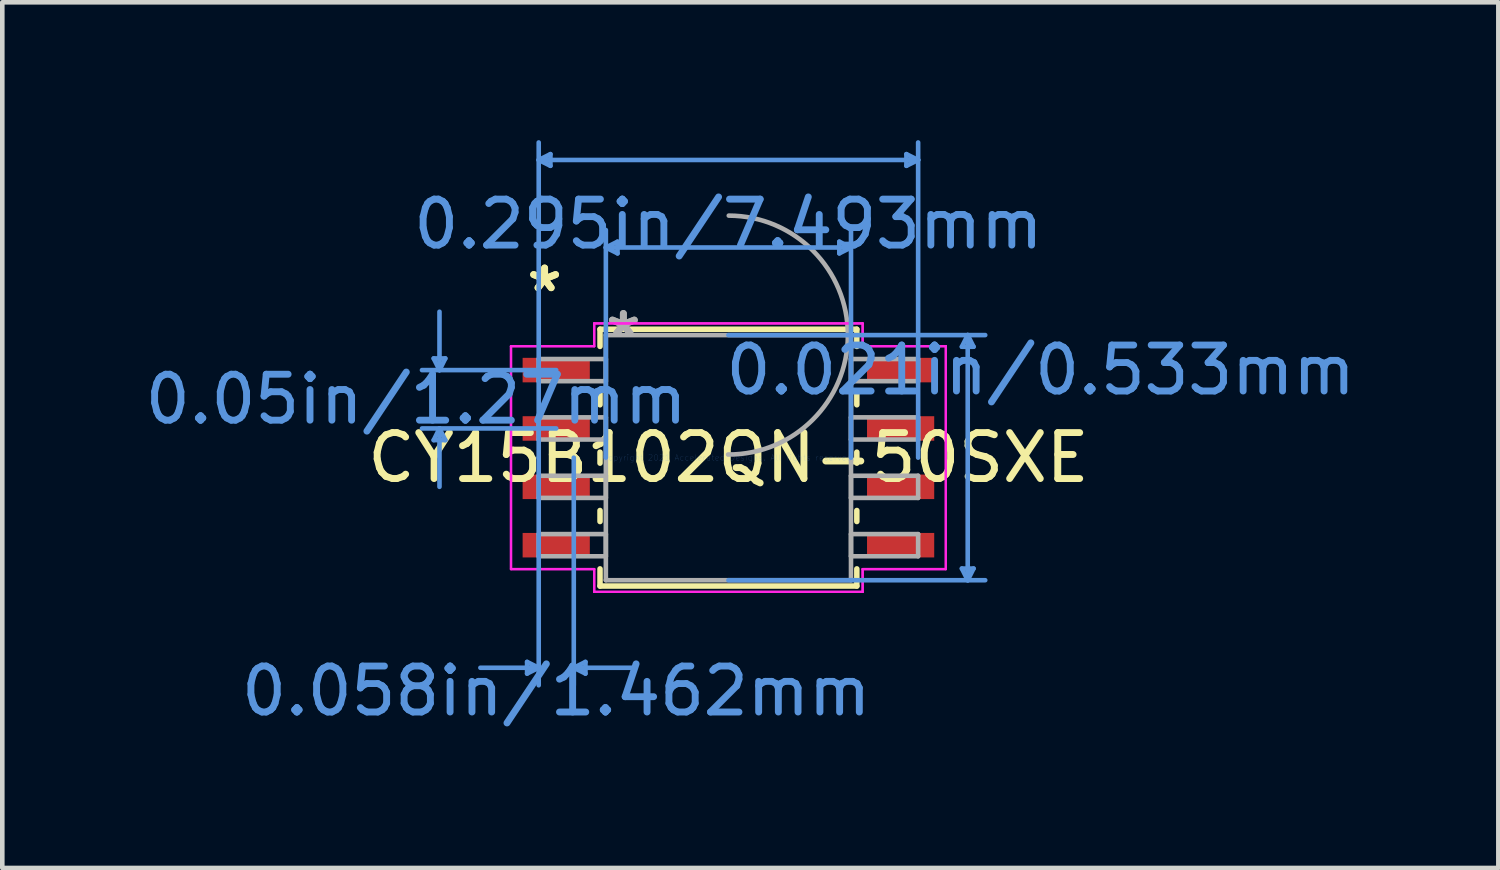
<source format=kicad_pcb>
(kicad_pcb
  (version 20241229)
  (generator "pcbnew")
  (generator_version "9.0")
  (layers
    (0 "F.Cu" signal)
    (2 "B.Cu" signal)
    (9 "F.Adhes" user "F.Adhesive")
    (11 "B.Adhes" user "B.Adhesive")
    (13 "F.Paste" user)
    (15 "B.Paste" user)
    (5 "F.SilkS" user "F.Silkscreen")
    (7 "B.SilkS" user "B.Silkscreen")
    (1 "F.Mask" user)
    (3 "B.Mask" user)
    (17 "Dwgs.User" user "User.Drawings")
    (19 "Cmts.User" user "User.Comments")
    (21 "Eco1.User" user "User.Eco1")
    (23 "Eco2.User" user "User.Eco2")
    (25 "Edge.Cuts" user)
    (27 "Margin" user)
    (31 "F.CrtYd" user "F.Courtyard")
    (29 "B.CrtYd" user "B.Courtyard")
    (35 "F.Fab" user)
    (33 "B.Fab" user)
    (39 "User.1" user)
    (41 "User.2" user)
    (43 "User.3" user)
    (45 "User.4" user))
  (footprint "CY15B102QN-50SXE"
    (layer "F.Cu")
    (at 12.8 6.908)
    (property "Reference" "CY15B102QN-50SXE" (at 0 0 0) (layer "F.SilkS") (effects (font (size 1 1) (thickness 0.15))))
    (attr through_hole)
    (fp_line (start -2.794 -2.794) (end -2.794 -2.42) (stroke (width 0.12) (type solid)) (layer "F.SilkS"))
    (fp_line (start -2.794 -1.39) (end -2.794 -1.15) (stroke (width 0.12) (type solid)) (layer "F.SilkS"))
    (fp_line (start -2.794 -0.12) (end -2.794 0.12) (stroke (width 0.12) (type solid)) (layer "F.SilkS"))
    (fp_line (start -2.794 1.15) (end -2.794 1.39) (stroke (width 0.12) (type solid)) (layer "F.SilkS"))
    (fp_line (start -2.794 2.42) (end -2.794 2.794) (stroke (width 0.12) (type solid)) (layer "F.SilkS"))
    (fp_line (start -2.794 2.794) (end 2.794 2.794) (stroke (width 0.12) (type solid)) (layer "F.SilkS"))
    (fp_line (start 2.794 -2.794) (end -2.794 -2.794) (stroke (width 0.12) (type solid)) (layer "F.SilkS"))
    (fp_line (start 2.794 -2.42) (end 2.794 -2.794) (stroke (width 0.12) (type solid)) (layer "F.SilkS"))
    (fp_line (start 2.794 -1.15) (end 2.794 -1.39) (stroke (width 0.12) (type solid)) (layer "F.SilkS"))
    (fp_line (start 2.794 0.12) (end 2.794 -0.12) (stroke (width 0.12) (type solid)) (layer "F.SilkS"))
    (fp_line (start 2.794 1.39) (end 2.794 1.15) (stroke (width 0.12) (type solid)) (layer "F.SilkS"))
    (fp_line (start 2.794 2.794) (end 2.794 2.42) (stroke (width 0.12) (type solid)) (layer "F.SilkS"))
    (fp_line (start -6.413 -2.159) (end -6.16 -2.159) (stroke (width 0.1) (type solid)) (layer "Cmts.User"))
    (fp_line (start -6.413 -0.381) (end -6.16 -0.381) (stroke (width 0.1) (type solid)) (layer "Cmts.User"))
    (fp_line (start -6.287 -1.905) (end -6.413 -2.159) (stroke (width 0.1) (type solid)) (layer "Cmts.User"))
    (fp_line (start -6.287 -1.905) (end -6.287 -3.175) (stroke (width 0.1) (type solid)) (layer "Cmts.User"))
    (fp_line (start -6.287 -1.905) (end -6.16 -2.159) (stroke (width 0.1) (type solid)) (layer "Cmts.User"))
    (fp_line (start -6.287 -0.635) (end -6.413 -0.381) (stroke (width 0.1) (type solid)) (layer "Cmts.User"))
    (fp_line (start -6.287 -0.635) (end -6.287 0.635) (stroke (width 0.1) (type solid)) (layer "Cmts.User"))
    (fp_line (start -6.287 -0.635) (end -6.16 -0.381) (stroke (width 0.1) (type solid)) (layer "Cmts.User"))
    (fp_line (start -4.381 4.445) (end -4.381 4.699) (stroke (width 0.1) (type solid)) (layer "Cmts.User"))
    (fp_line (start -4.128 -6.477) (end -3.873 -6.604) (stroke (width 0.1) (type solid)) (layer "Cmts.User"))
    (fp_line (start -4.128 -6.477) (end -3.873 -6.35) (stroke (width 0.1) (type solid)) (layer "Cmts.User"))
    (fp_line (start -4.128 -6.477) (end 4.128 -6.477) (stroke (width 0.1) (type solid)) (layer "Cmts.User"))
    (fp_line (start -4.128 0) (end -4.128 -6.858) (stroke (width 0.1) (type solid)) (layer "Cmts.User"))
    (fp_line (start -4.128 0) (end -4.128 4.953) (stroke (width 0.1) (type solid)) (layer "Cmts.User"))
    (fp_line (start -4.128 4.572) (end -5.397 4.572) (stroke (width 0.1) (type solid)) (layer "Cmts.User"))
    (fp_line (start -4.128 4.572) (end -4.381 4.445) (stroke (width 0.1) (type solid)) (layer "Cmts.User"))
    (fp_line (start -4.128 4.572) (end -4.381 4.699) (stroke (width 0.1) (type solid)) (layer "Cmts.User"))
    (fp_line (start -3.873 -6.604) (end -3.873 -6.35) (stroke (width 0.1) (type solid)) (layer "Cmts.User"))
    (fp_line (start -3.747 -1.905) (end -6.668 -1.905) (stroke (width 0.1) (type solid)) (layer "Cmts.User"))
    (fp_line (start -3.747 -0.635) (end -6.668 -0.635) (stroke (width 0.1) (type solid)) (layer "Cmts.User"))
    (fp_line (start -3.365 0) (end -3.365 4.953) (stroke (width 0.1) (type solid)) (layer "Cmts.User"))
    (fp_line (start -3.365 4.572) (end -3.111 4.445) (stroke (width 0.1) (type solid)) (layer "Cmts.User"))
    (fp_line (start -3.365 4.572) (end -3.111 4.699) (stroke (width 0.1) (type solid)) (layer "Cmts.User"))
    (fp_line (start -3.365 4.572) (end -2.095 4.572) (stroke (width 0.1) (type solid)) (layer "Cmts.User"))
    (fp_line (start -3.111 4.445) (end -3.111 4.699) (stroke (width 0.1) (type solid)) (layer "Cmts.User"))
    (fp_line (start -2.667 -4.572) (end -2.413 -4.699) (stroke (width 0.1) (type solid)) (layer "Cmts.User"))
    (fp_line (start -2.667 -4.572) (end -2.413 -4.445) (stroke (width 0.1) (type solid)) (layer "Cmts.User"))
    (fp_line (start -2.667 -4.572) (end 2.667 -4.572) (stroke (width 0.1) (type solid)) (layer "Cmts.User"))
    (fp_line (start -2.667 0) (end -2.667 -4.953) (stroke (width 0.1) (type solid)) (layer "Cmts.User"))
    (fp_line (start -2.413 -4.699) (end -2.413 -4.445) (stroke (width 0.1) (type solid)) (layer "Cmts.User"))
    (fp_line (start 0 -2.667) (end 5.588 -2.667) (stroke (width 0.1) (type solid)) (layer "Cmts.User"))
    (fp_line (start 0 2.667) (end 5.588 2.667) (stroke (width 0.1) (type solid)) (layer "Cmts.User"))
    (fp_line (start 2.413 -4.699) (end 2.413 -4.445) (stroke (width 0.1) (type solid)) (layer "Cmts.User"))
    (fp_line (start 2.667 -4.572) (end 2.413 -4.699) (stroke (width 0.1) (type solid)) (layer "Cmts.User"))
    (fp_line (start 2.667 -4.572) (end 2.413 -4.445) (stroke (width 0.1) (type solid)) (layer "Cmts.User"))
    (fp_line (start 2.667 0) (end 2.667 -4.953) (stroke (width 0.1) (type solid)) (layer "Cmts.User"))
    (fp_line (start 3.873 -6.604) (end 3.873 -6.35) (stroke (width 0.1) (type solid)) (layer "Cmts.User"))
    (fp_line (start 4.128 -6.477) (end 3.873 -6.604) (stroke (width 0.1) (type solid)) (layer "Cmts.User"))
    (fp_line (start 4.128 -6.477) (end 3.873 -6.35) (stroke (width 0.1) (type solid)) (layer "Cmts.User"))
    (fp_line (start 4.128 0) (end 4.128 -6.858) (stroke (width 0.1) (type solid)) (layer "Cmts.User"))
    (fp_line (start 5.08 -2.413) (end 5.334 -2.413) (stroke (width 0.1) (type solid)) (layer "Cmts.User"))
    (fp_line (start 5.08 2.413) (end 5.334 2.413) (stroke (width 0.1) (type solid)) (layer "Cmts.User"))
    (fp_line (start 5.207 -2.667) (end 5.08 -2.413) (stroke (width 0.1) (type solid)) (layer "Cmts.User"))
    (fp_line (start 5.207 -2.667) (end 5.207 2.667) (stroke (width 0.1) (type solid)) (layer "Cmts.User"))
    (fp_line (start 5.207 -2.667) (end 5.334 -2.413) (stroke (width 0.1) (type solid)) (layer "Cmts.User"))
    (fp_line (start 5.207 2.667) (end 5.08 2.413) (stroke (width 0.1) (type solid)) (layer "Cmts.User"))
    (fp_line (start 5.207 2.667) (end 5.334 2.413) (stroke (width 0.1) (type solid)) (layer "Cmts.User"))
    (fp_line (start -4.731 -2.425) (end -2.921 -2.425) (stroke (width 0.05) (type solid)) (layer "F.CrtYd"))
    (fp_line (start -4.731 -2.425) (end -2.921 -2.425) (stroke (width 0.05) (type solid)) (layer "F.CrtYd"))
    (fp_line (start -4.731 2.425) (end -4.731 -2.425) (stroke (width 0.05) (type solid)) (layer "F.CrtYd"))
    (fp_line (start -4.731 2.425) (end -4.731 -2.425) (stroke (width 0.05) (type solid)) (layer "F.CrtYd"))
    (fp_line (start -4.731 2.425) (end -2.921 2.425) (stroke (width 0.05) (type solid)) (layer "F.CrtYd"))
    (fp_line (start -2.921 -2.921) (end 2.921 -2.921) (stroke (width 0.05) (type solid)) (layer "F.CrtYd"))
    (fp_line (start -2.921 -2.921) (end 2.921 -2.921) (stroke (width 0.05) (type solid)) (layer "F.CrtYd"))
    (fp_line (start -2.921 -2.425) (end -2.921 -2.921) (stroke (width 0.05) (type solid)) (layer "F.CrtYd"))
    (fp_line (start -2.921 -2.425) (end -2.921 -2.921) (stroke (width 0.05) (type solid)) (layer "F.CrtYd"))
    (fp_line (start -2.921 2.425) (end -4.731 2.425) (stroke (width 0.05) (type solid)) (layer "F.CrtYd"))
    (fp_line (start -2.921 2.921) (end -2.921 2.425) (stroke (width 0.05) (type solid)) (layer "F.CrtYd"))
    (fp_line (start -2.921 2.921) (end -2.921 2.425) (stroke (width 0.05) (type solid)) (layer "F.CrtYd"))
    (fp_line (start 2.921 -2.921) (end 2.921 -2.425) (stroke (width 0.05) (type solid)) (layer "F.CrtYd"))
    (fp_line (start 2.921 -2.921) (end 2.921 -2.425) (stroke (width 0.05) (type solid)) (layer "F.CrtYd"))
    (fp_line (start 2.921 -2.425) (end 4.731 -2.425) (stroke (width 0.05) (type solid)) (layer "F.CrtYd"))
    (fp_line (start 2.921 2.425) (end 2.921 2.921) (stroke (width 0.05) (type solid)) (layer "F.CrtYd"))
    (fp_line (start 2.921 2.425) (end 2.921 2.921) (stroke (width 0.05) (type solid)) (layer "F.CrtYd"))
    (fp_line (start 2.921 2.921) (end -2.921 2.921) (stroke (width 0.05) (type solid)) (layer "F.CrtYd"))
    (fp_line (start 2.921 2.921) (end -2.921 2.921) (stroke (width 0.05) (type solid)) (layer "F.CrtYd"))
    (fp_line (start 4.731 -2.425) (end 2.921 -2.425) (stroke (width 0.05) (type solid)) (layer "F.CrtYd"))
    (fp_line (start 4.731 -2.425) (end 4.731 2.425) (stroke (width 0.05) (type solid)) (layer "F.CrtYd"))
    (fp_line (start 4.731 -2.425) (end 4.731 2.425) (stroke (width 0.05) (type solid)) (layer "F.CrtYd"))
    (fp_line (start 4.731 2.425) (end 2.921 2.425) (stroke (width 0.05) (type solid)) (layer "F.CrtYd"))
    (fp_line (start 4.731 2.425) (end 2.921 2.425) (stroke (width 0.05) (type solid)) (layer "F.CrtYd"))
    (fp_line (start -4.128 -2.146) (end -4.128 -1.664) (stroke (width 0.1) (type solid)) (layer "F.Fab"))
    (fp_line (start -4.128 -1.664) (end -2.667 -1.664) (stroke (width 0.1) (type solid)) (layer "F.Fab"))
    (fp_line (start -4.128 -0.876) (end -4.128 -0.394) (stroke (width 0.1) (type solid)) (layer "F.Fab"))
    (fp_line (start -4.128 -0.394) (end -2.667 -0.394) (stroke (width 0.1) (type solid)) (layer "F.Fab"))
    (fp_line (start -4.128 0.394) (end -4.128 0.876) (stroke (width 0.1) (type solid)) (layer "F.Fab"))
    (fp_line (start -4.128 0.876) (end -2.667 0.876) (stroke (width 0.1) (type solid)) (layer "F.Fab"))
    (fp_line (start -4.128 1.664) (end -4.128 2.146) (stroke (width 0.1) (type solid)) (layer "F.Fab"))
    (fp_line (start -4.128 2.146) (end -2.667 2.146) (stroke (width 0.1) (type solid)) (layer "F.Fab"))
    (fp_line (start -2.667 -2.667) (end -2.667 2.667) (stroke (width 0.1) (type solid)) (layer "F.Fab"))
    (fp_line (start -2.667 -2.146) (end -4.128 -2.146) (stroke (width 0.1) (type solid)) (layer "F.Fab"))
    (fp_line (start -2.667 -1.664) (end -2.667 -2.146) (stroke (width 0.1) (type solid)) (layer "F.Fab"))
    (fp_line (start -2.667 -0.876) (end -4.128 -0.876) (stroke (width 0.1) (type solid)) (layer "F.Fab"))
    (fp_line (start -2.667 -0.394) (end -2.667 -0.876) (stroke (width 0.1) (type solid)) (layer "F.Fab"))
    (fp_line (start -2.667 0.394) (end -4.128 0.394) (stroke (width 0.1) (type solid)) (layer "F.Fab"))
    (fp_line (start -2.667 0.876) (end -2.667 0.394) (stroke (width 0.1) (type solid)) (layer "F.Fab"))
    (fp_line (start -2.667 1.664) (end -4.128 1.664) (stroke (width 0.1) (type solid)) (layer "F.Fab"))
    (fp_line (start -2.667 2.146) (end -2.667 1.664) (stroke (width 0.1) (type solid)) (layer "F.Fab"))
    (fp_line (start -2.667 2.667) (end 2.667 2.667) (stroke (width 0.1) (type solid)) (layer "F.Fab"))
    (fp_line (start 2.667 -2.667) (end -2.667 -2.667) (stroke (width 0.1) (type solid)) (layer "F.Fab"))
    (fp_line (start 2.667 -2.146) (end 2.667 -1.664) (stroke (width 0.1) (type solid)) (layer "F.Fab"))
    (fp_line (start 2.667 -1.664) (end 4.128 -1.664) (stroke (width 0.1) (type solid)) (layer "F.Fab"))
    (fp_line (start 2.667 -0.876) (end 2.667 -0.394) (stroke (width 0.1) (type solid)) (layer "F.Fab"))
    (fp_line (start 2.667 -0.394) (end 4.128 -0.394) (stroke (width 0.1) (type solid)) (layer "F.Fab"))
    (fp_line (start 2.667 0.394) (end 2.667 0.876) (stroke (width 0.1) (type solid)) (layer "F.Fab"))
    (fp_line (start 2.667 0.876) (end 4.128 0.876) (stroke (width 0.1) (type solid)) (layer "F.Fab"))
    (fp_line (start 2.667 1.664) (end 2.667 2.146) (stroke (width 0.1) (type solid)) (layer "F.Fab"))
    (fp_line (start 2.667 2.146) (end 4.128 2.146) (stroke (width 0.1) (type solid)) (layer "F.Fab"))
    (fp_line (start 2.667 2.667) (end 2.667 -2.667) (stroke (width 0.1) (type solid)) (layer "F.Fab"))
    (fp_line (start 4.128 -2.146) (end 2.667 -2.146) (stroke (width 0.1) (type solid)) (layer "F.Fab"))
    (fp_line (start 4.128 -1.664) (end 4.128 -2.146) (stroke (width 0.1) (type solid)) (layer "F.Fab"))
    (fp_line (start 4.128 -0.876) (end 2.667 -0.876) (stroke (width 0.1) (type solid)) (layer "F.Fab"))
    (fp_line (start 4.128 -0.394) (end 4.128 -0.876) (stroke (width 0.1) (type solid)) (layer "F.Fab"))
    (fp_line (start 4.128 0.394) (end 2.667 0.394) (stroke (width 0.1) (type solid)) (layer "F.Fab"))
    (fp_line (start 4.128 0.876) (end 4.128 0.394) (stroke (width 0.1) (type solid)) (layer "F.Fab"))
    (fp_line (start 4.128 1.664) (end 2.667 1.664) (stroke (width 0.1) (type solid)) (layer "F.Fab"))
    (fp_line (start 4.128 2.146) (end 4.128 1.664) (stroke (width 0.1) (type solid)) (layer "F.Fab"))
    (fp_arc (start 0.007742 -5.266258) (mid 2.599258 -2.659258) (end -0.007742 -0.067742) (stroke (width 0.1) (type solid)) (layer "F.Fab"))
    (fp_text user "*" (at -4 -3.581 0) (layer "F.SilkS") (effects (font (size 1 1) (thickness 0.15))))
    (fp_text user "*" (at -4 -3.581 0) (layer "F.SilkS") (effects (font (size 1 1) (thickness 0.15))))
    (fp_text user "0.05in/1.27mm" (at -6.795 -1.27 0) (layer "Cmts.User") (effects (font (size 1 1) (thickness 0.15))))
    (fp_text user "0.021in/0.533mm" (at 6.795 -1.905 0) (layer "Cmts.User") (effects (font (size 1 1) (thickness 0.15))))
    (fp_text user "0.058in/1.462mm" (at -3.747 5.08 0) (layer "Cmts.User") (effects (font (size 1 1) (thickness 0.15))))
    (fp_text user "Copyright 2021 Accelerated Designs. All rights reserved." (at 0 0 0) (layer "Cmts.User") (effects (font (size 0.127 0.127) (thickness 0.002))))
    (fp_text user "0.295in/7.493mm" (at 0 -5.08 0) (layer "Cmts.User") (effects (font (size 1 1) (thickness 0.15))))
    (fp_text user "*" (at -2.286 -2.591 0) (layer "F.Fab") (effects (font (size 1 1) (thickness 0.15))))
    (fp_text user "*" (at -2.286 -2.591 0) (layer "F.Fab") (effects (font (size 1 1) (thickness 0.15))))
    (pad "1" smd rect (at -3.747 -1.905) (size 1.462 0.533) (layers "F.Cu" "F.Mask" "F.Paste"))
    (pad "2" smd rect (at -3.747 -0.635) (size 1.462 0.533) (layers "F.Cu" "F.Mask" "F.Paste"))
    (pad "3" smd rect (at -3.747 0.635) (size 1.462 0.533) (layers "F.Cu" "F.Mask" "F.Paste"))
    (pad "4" smd rect (at -3.747 1.905) (size 1.462 0.533) (layers "F.Cu" "F.Mask" "F.Paste"))
    (pad "5" smd rect (at 3.747 1.905) (size 1.462 0.533) (layers "F.Cu" "F.Mask" "F.Paste"))
    (pad "6" smd rect (at 3.747 0.635) (size 1.462 0.533) (layers "F.Cu" "F.Mask" "F.Paste"))
    (pad "7" smd rect (at 3.747 -0.635) (size 1.462 0.533) (layers "F.Cu" "F.Mask" "F.Paste"))
    (pad "8" smd rect (at 3.747 -1.905) (size 1.462 0.533) (layers "F.Cu" "F.Mask" "F.Paste")))
  (gr_rect
    (start -3 -3)
    (end 29.553 15.836)
    (stroke (width 0.1) (type default))
    (fill no)
    (layer "Edge.Cuts")))
</source>
